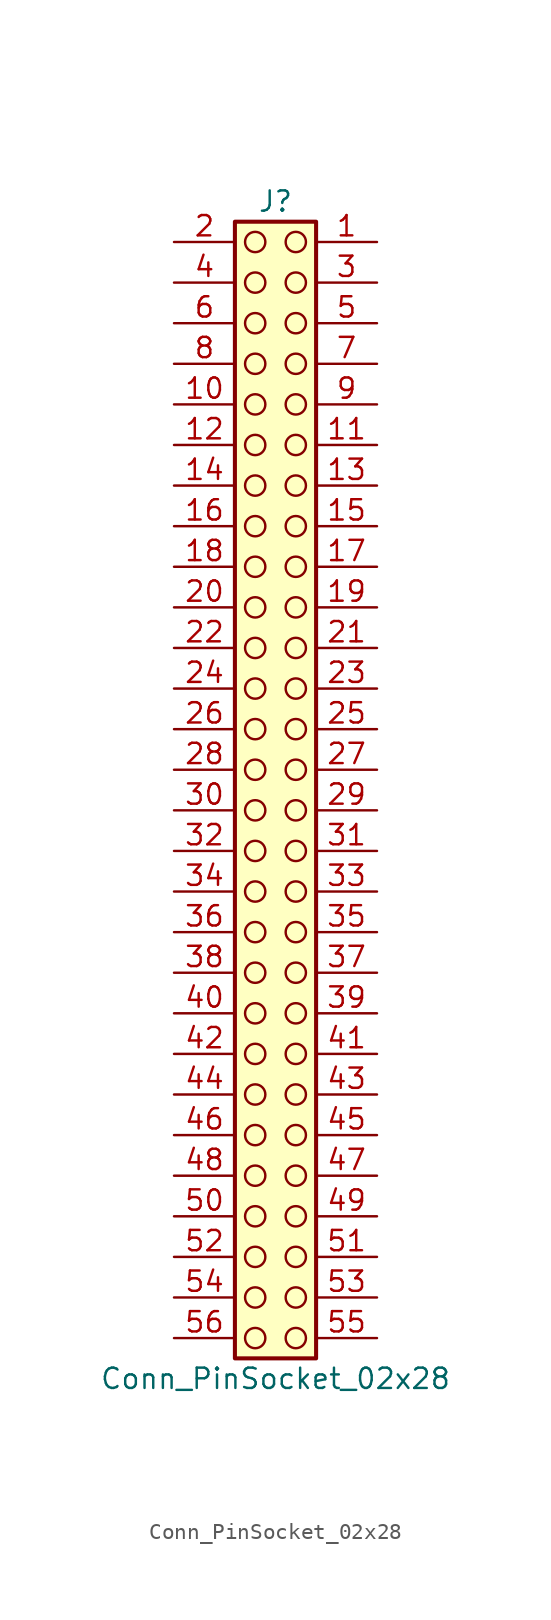
<source format=kicad_sym>
(kicad_symbol_lib
  (version 20241209)
  (generator "kicad_symbol_editor")
  (generator_version "9.0")
  (symbol "Conn_PinSocket_02x28"
    (pin_names
      (offset 1.016)
      (hide yes))
    (property "Reference" "J"
      (at 1.27 35.56 0)
      (effects (font (size 1.27 1.27))))
    (property "Value" "Conn_PinSocket_02x28"
      (at 1.27 -38.1 0)
      (effects (font (size 1.27 1.27))))
    (symbol "Conn_PinSocket_02x28_1_1"
      (rectangle (start -1.27 34.29) (end 3.81 -36.83) (stroke (width 0.254) (type default)) (fill (type background)))
      (circle (center 0 33.02) (radius 0.635) (stroke (width 0) (type solid) (color 132 0 0 1)) (fill (type none)))
      (circle (center 0 30.48) (radius 0.635) (stroke (width 0) (type solid) (color 132 0 0 1)) (fill (type none)))
      (circle (center 0 27.94) (radius 0.635) (stroke (width 0) (type solid) (color 132 0 0 1)) (fill (type none)))
      (circle (center 0 25.4) (radius 0.635) (stroke (width 0) (type solid) (color 132 0 0 1)) (fill (type none)))
      (circle (center 0 22.86) (radius 0.635) (stroke (width 0) (type solid) (color 132 0 0 1)) (fill (type none)))
      (circle (center 0 20.32) (radius 0.635) (stroke (width 0) (type solid) (color 132 0 0 1)) (fill (type none)))
      (circle (center 0 17.78) (radius 0.635) (stroke (width 0) (type solid) (color 132 0 0 1)) (fill (type none)))
      (circle (center 0 15.24) (radius 0.635) (stroke (width 0) (type solid) (color 132 0 0 1)) (fill (type none)))
      (circle (center 0 12.7) (radius 0.635) (stroke (width 0) (type solid) (color 132 0 0 1)) (fill (type none)))
      (circle (center 0 10.16) (radius 0.635) (stroke (width 0) (type solid) (color 132 0 0 1)) (fill (type none)))
      (circle (center 0 7.62) (radius 0.635) (stroke (width 0) (type solid) (color 132 0 0 1)) (fill (type none)))
      (circle (center 0 5.08) (radius 0.635) (stroke (width 0) (type solid) (color 132 0 0 1)) (fill (type none)))
      (circle (center 0 2.54) (radius 0.635) (stroke (width 0) (type solid) (color 132 0 0 1)) (fill (type none)))
      (circle (center 0 0) (radius 0.635) (stroke (width 0) (type solid) (color 132 0 0 1)) (fill (type none)))
      (circle (center 0 -2.54) (radius 0.635) (stroke (width 0) (type solid) (color 132 0 0 1)) (fill (type none)))
      (circle (center 0 -5.08) (radius 0.635) (stroke (width 0) (type solid) (color 132 0 0 1)) (fill (type none)))
      (circle (center 0 -7.62) (radius 0.635) (stroke (width 0) (type solid) (color 132 0 0 1)) (fill (type none)))
      (circle (center 0 -10.16) (radius 0.635) (stroke (width 0) (type solid) (color 132 0 0 1)) (fill (type none)))
      (circle (center 0 -12.7) (radius 0.635) (stroke (width 0) (type solid) (color 132 0 0 1)) (fill (type none)))
      (circle (center 0 -15.24) (radius 0.635) (stroke (width 0) (type solid) (color 132 0 0 1)) (fill (type none)))
      (circle (center 0 -17.78) (radius 0.635) (stroke (width 0) (type solid) (color 132 0 0 1)) (fill (type none)))
      (circle (center 0 -20.32) (radius 0.635) (stroke (width 0) (type solid) (color 132 0 0 1)) (fill (type none)))
      (circle (center 0 -22.86) (radius 0.635) (stroke (width 0) (type solid) (color 132 0 0 1)) (fill (type none)))
      (circle (center 0 -25.4) (radius 0.635) (stroke (width 0) (type solid) (color 132 0 0 1)) (fill (type none)))
      (circle (center 0 -27.94) (radius 0.635) (stroke (width 0) (type solid) (color 132 0 0 1)) (fill (type none)))
      (circle (center 0 -30.48) (radius 0.635) (stroke (width 0) (type solid) (color 132 0 0 1)) (fill (type none)))
      (circle (center 0 -33.02) (radius 0.635) (stroke (width 0) (type solid) (color 132 0 0 1)) (fill (type none)))
      (circle (center 0 -35.56) (radius 0.635) (stroke (width 0) (type solid) (color 132 0 0 1)) (fill (type none)))
      (circle (center 2.54 33.02) (radius 0.635) (stroke (width 0) (type solid) (color 132 0 0 1)) (fill (type none)))
      (circle (center 2.54 30.48) (radius 0.635) (stroke (width 0) (type solid) (color 132 0 0 1)) (fill (type none)))
      (circle (center 2.54 27.94) (radius 0.635) (stroke (width 0) (type solid) (color 132 0 0 1)) (fill (type none)))
      (circle (center 2.54 25.4) (radius 0.635) (stroke (width 0) (type solid) (color 132 0 0 1)) (fill (type none)))
      (circle (center 2.54 22.86) (radius 0.635) (stroke (width 0) (type solid) (color 132 0 0 1)) (fill (type none)))
      (circle (center 2.54 20.32) (radius 0.635) (stroke (width 0) (type solid) (color 132 0 0 1)) (fill (type none)))
      (circle (center 2.54 17.78) (radius 0.635) (stroke (width 0) (type solid) (color 132 0 0 1)) (fill (type none)))
      (circle (center 2.54 15.24) (radius 0.635) (stroke (width 0) (type solid) (color 132 0 0 1)) (fill (type none)))
      (circle (center 2.54 12.7) (radius 0.635) (stroke (width 0) (type solid) (color 132 0 0 1)) (fill (type none)))
      (circle (center 2.54 10.16) (radius 0.635) (stroke (width 0) (type solid) (color 132 0 0 1)) (fill (type none)))
      (circle (center 2.54 7.62) (radius 0.635) (stroke (width 0) (type solid) (color 132 0 0 1)) (fill (type none)))
      (circle (center 2.54 5.08) (radius 0.635) (stroke (width 0) (type solid) (color 132 0 0 1)) (fill (type none)))
      (circle (center 2.54 2.54) (radius 0.635) (stroke (width 0) (type solid) (color 132 0 0 1)) (fill (type none)))
      (circle (center 2.54 0) (radius 0.635) (stroke (width 0) (type solid) (color 132 0 0 1)) (fill (type none)))
      (circle (center 2.54 -2.54) (radius 0.635) (stroke (width 0) (type solid) (color 132 0 0 1)) (fill (type none)))
      (circle (center 2.54 -5.08) (radius 0.635) (stroke (width 0) (type solid) (color 132 0 0 1)) (fill (type none)))
      (circle (center 2.54 -7.62) (radius 0.635) (stroke (width 0) (type solid) (color 132 0 0 1)) (fill (type none)))
      (circle (center 2.54 -10.16) (radius 0.635) (stroke (width 0) (type solid) (color 132 0 0 1)) (fill (type none)))
      (circle (center 2.54 -12.7) (radius 0.635) (stroke (width 0) (type solid) (color 132 0 0 1)) (fill (type none)))
      (circle (center 2.54 -15.24) (radius 0.635) (stroke (width 0) (type solid) (color 132 0 0 1)) (fill (type none)))
      (circle (center 2.54 -17.78) (radius 0.635) (stroke (width 0) (type solid) (color 132 0 0 1)) (fill (type none)))
      (circle (center 2.54 -20.32) (radius 0.635) (stroke (width 0) (type solid) (color 132 0 0 1)) (fill (type none)))
      (circle (center 2.54 -22.86) (radius 0.635) (stroke (width 0) (type solid) (color 132 0 0 1)) (fill (type none)))
      (circle (center 2.54 -25.4) (radius 0.635) (stroke (width 0) (type solid) (color 132 0 0 1)) (fill (type none)))
      (circle (center 2.54 -27.94) (radius 0.635) (stroke (width 0) (type solid) (color 132 0 0 1)) (fill (type none)))
      (circle (center 2.54 -30.48) (radius 0.635) (stroke (width 0) (type solid) (color 132 0 0 1)) (fill (type none)))
      (circle (center 2.54 -33.02) (radius 0.635) (stroke (width 0) (type solid) (color 132 0 0 1)) (fill (type none)))
      (circle (center 2.54 -35.56) (radius 0.635) (stroke (width 0) (type solid) (color 132 0 0 1)) (fill (type none)))
      (pin passive line (at -5.08 33.02 0) (length 3.81) (name "Pin_2" (effects (font (size 1.27 1.27)))) (number "2" (effects (font (size 1.27 1.27)))))
      (pin passive line (at -5.08 30.48 0) (length 3.81) (name "Pin_4" (effects (font (size 1.27 1.27)))) (number "4" (effects (font (size 1.27 1.27)))))
      (pin passive line (at -5.08 27.94 0) (length 3.81) (name "Pin_6" (effects (font (size 1.27 1.27)))) (number "6" (effects (font (size 1.27 1.27)))))
      (pin passive line (at -5.08 25.4 0) (length 3.81) (name "Pin_8" (effects (font (size 1.27 1.27)))) (number "8" (effects (font (size 1.27 1.27)))))
      (pin passive line (at -5.08 22.86 0) (length 3.81) (name "Pin_10" (effects (font (size 1.27 1.27)))) (number "10" (effects (font (size 1.27 1.27)))))
      (pin passive line (at -5.08 20.32 0) (length 3.81) (name "Pin_12" (effects (font (size 1.27 1.27)))) (number "12" (effects (font (size 1.27 1.27)))))
      (pin passive line (at -5.08 17.78 0) (length 3.81) (name "Pin_14" (effects (font (size 1.27 1.27)))) (number "14" (effects (font (size 1.27 1.27)))))
      (pin passive line (at -5.08 15.24 0) (length 3.81) (name "Pin_16" (effects (font (size 1.27 1.27)))) (number "16" (effects (font (size 1.27 1.27)))))
      (pin passive line (at -5.08 12.7 0) (length 3.81) (name "Pin_18" (effects (font (size 1.27 1.27)))) (number "18" (effects (font (size 1.27 1.27)))))
      (pin passive line (at -5.08 10.16 0) (length 3.81) (name "Pin_20" (effects (font (size 1.27 1.27)))) (number "20" (effects (font (size 1.27 1.27)))))
      (pin passive line (at -5.08 7.62 0) (length 3.81) (name "Pin_22" (effects (font (size 1.27 1.27)))) (number "22" (effects (font (size 1.27 1.27)))))
      (pin passive line (at -5.08 5.08 0) (length 3.81) (name "Pin_24" (effects (font (size 1.27 1.27)))) (number "24" (effects (font (size 1.27 1.27)))))
      (pin passive line (at -5.08 2.54 0) (length 3.81) (name "Pin_26" (effects (font (size 1.27 1.27)))) (number "26" (effects (font (size 1.27 1.27)))))
      (pin passive line (at -5.08 0 0) (length 3.81) (name "Pin_28" (effects (font (size 1.27 1.27)))) (number "28" (effects (font (size 1.27 1.27)))))
      (pin passive line (at -5.08 -2.54 0) (length 3.81) (name "Pin_30" (effects (font (size 1.27 1.27)))) (number "30" (effects (font (size 1.27 1.27)))))
      (pin passive line (at -5.08 -5.08 0) (length 3.81) (name "Pin_32" (effects (font (size 1.27 1.27)))) (number "32" (effects (font (size 1.27 1.27)))))
      (pin passive line (at -5.08 -7.62 0) (length 3.81) (name "Pin_34" (effects (font (size 1.27 1.27)))) (number "34" (effects (font (size 1.27 1.27)))))
      (pin passive line (at -5.08 -10.16 0) (length 3.81) (name "Pin_36" (effects (font (size 1.27 1.27)))) (number "36" (effects (font (size 1.27 1.27)))))
      (pin passive line (at -5.08 -12.7 0) (length 3.81) (name "Pin_38" (effects (font (size 1.27 1.27)))) (number "38" (effects (font (size 1.27 1.27)))))
      (pin passive line (at -5.08 -15.24 0) (length 3.81) (name "Pin_40" (effects (font (size 1.27 1.27)))) (number "40" (effects (font (size 1.27 1.27)))))
      (pin passive line (at -5.08 -17.78 0) (length 3.81) (name "Pin_42" (effects (font (size 1.27 1.27)))) (number "42" (effects (font (size 1.27 1.27)))))
      (pin passive line (at -5.08 -20.32 0) (length 3.81) (name "Pin_44" (effects (font (size 1.27 1.27)))) (number "44" (effects (font (size 1.27 1.27)))))
      (pin passive line (at -5.08 -22.86 0) (length 3.81) (name "Pin_46" (effects (font (size 1.27 1.27)))) (number "46" (effects (font (size 1.27 1.27)))))
      (pin passive line (at -5.08 -25.4 0) (length 3.81) (name "Pin_48" (effects (font (size 1.27 1.27)))) (number "48" (effects (font (size 1.27 1.27)))))
      (pin passive line (at -5.08 -27.94 0) (length 3.81) (name "Pin_50" (effects (font (size 1.27 1.27)))) (number "50" (effects (font (size 1.27 1.27)))))
      (pin passive line (at -5.08 -30.48 0) (length 3.81) (name "Pin_52" (effects (font (size 1.27 1.27)))) (number "52" (effects (font (size 1.27 1.27)))))
      (pin passive line (at -5.08 -33.02 0) (length 3.81) (name "Pin_54" (effects (font (size 1.27 1.27)))) (number "54" (effects (font (size 1.27 1.27)))))
      (pin passive line (at -5.08 -35.56 0) (length 3.81) (name "Pin_56" (effects (font (size 1.27 1.27)))) (number "56" (effects (font (size 1.27 1.27)))))
      (pin passive line (at 7.62 33.02 180) (length 3.81) (name "Pin_1" (effects (font (size 1.27 1.27)))) (number "1" (effects (font (size 1.27 1.27)))))
      (pin passive line (at 7.62 30.48 180) (length 3.81) (name "Pin_3" (effects (font (size 1.27 1.27)))) (number "3" (effects (font (size 1.27 1.27)))))
      (pin passive line (at 7.62 27.94 180) (length 3.81) (name "Pin_5" (effects (font (size 1.27 1.27)))) (number "5" (effects (font (size 1.27 1.27)))))
      (pin passive line (at 7.62 25.4 180) (length 3.81) (name "Pin_7" (effects (font (size 1.27 1.27)))) (number "7" (effects (font (size 1.27 1.27)))))
      (pin passive line (at 7.62 22.86 180) (length 3.81) (name "Pin_9" (effects (font (size 1.27 1.27)))) (number "9" (effects (font (size 1.27 1.27)))))
      (pin passive line (at 7.62 20.32 180) (length 3.81) (name "Pin_11" (effects (font (size 1.27 1.27)))) (number "11" (effects (font (size 1.27 1.27)))))
      (pin passive line (at 7.62 17.78 180) (length 3.81) (name "Pin_13" (effects (font (size 1.27 1.27)))) (number "13" (effects (font (size 1.27 1.27)))))
      (pin passive line (at 7.62 15.24 180) (length 3.81) (name "Pin_15" (effects (font (size 1.27 1.27)))) (number "15" (effects (font (size 1.27 1.27)))))
      (pin passive line (at 7.62 12.7 180) (length 3.81) (name "Pin_17" (effects (font (size 1.27 1.27)))) (number "17" (effects (font (size 1.27 1.27)))))
      (pin passive line (at 7.62 10.16 180) (length 3.81) (name "Pin_19" (effects (font (size 1.27 1.27)))) (number "19" (effects (font (size 1.27 1.27)))))
      (pin passive line (at 7.62 7.62 180) (length 3.81) (name "Pin_21" (effects (font (size 1.27 1.27)))) (number "21" (effects (font (size 1.27 1.27)))))
      (pin passive line (at 7.62 5.08 180) (length 3.81) (name "Pin_23" (effects (font (size 1.27 1.27)))) (number "23" (effects (font (size 1.27 1.27)))))
      (pin passive line (at 7.62 2.54 180) (length 3.81) (name "Pin_25" (effects (font (size 1.27 1.27)))) (number "25" (effects (font (size 1.27 1.27)))))
      (pin passive line (at 7.62 0 180) (length 3.81) (name "Pin_27" (effects (font (size 1.27 1.27)))) (number "27" (effects (font (size 1.27 1.27)))))
      (pin passive line (at 7.62 -2.54 180) (length 3.81) (name "Pin_29" (effects (font (size 1.27 1.27)))) (number "29" (effects (font (size 1.27 1.27)))))
      (pin passive line (at 7.62 -5.08 180) (length 3.81) (name "Pin_31" (effects (font (size 1.27 1.27)))) (number "31" (effects (font (size 1.27 1.27)))))
      (pin passive line (at 7.62 -7.62 180) (length 3.81) (name "Pin_33" (effects (font (size 1.27 1.27)))) (number "33" (effects (font (size 1.27 1.27)))))
      (pin passive line (at 7.62 -10.16 180) (length 3.81) (name "Pin_35" (effects (font (size 1.27 1.27)))) (number "35" (effects (font (size 1.27 1.27)))))
      (pin passive line (at 7.62 -12.7 180) (length 3.81) (name "Pin_37" (effects (font (size 1.27 1.27)))) (number "37" (effects (font (size 1.27 1.27)))))
      (pin passive line (at 7.62 -15.24 180) (length 3.81) (name "Pin_39" (effects (font (size 1.27 1.27)))) (number "39" (effects (font (size 1.27 1.27)))))
      (pin passive line (at 7.62 -17.78 180) (length 3.81) (name "Pin_41" (effects (font (size 1.27 1.27)))) (number "41" (effects (font (size 1.27 1.27)))))
      (pin passive line (at 7.62 -20.32 180) (length 3.81) (name "Pin_43" (effects (font (size 1.27 1.27)))) (number "43" (effects (font (size 1.27 1.27)))))
      (pin passive line (at 7.62 -22.86 180) (length 3.81) (name "Pin_45" (effects (font (size 1.27 1.27)))) (number "45" (effects (font (size 1.27 1.27)))))
      (pin passive line (at 7.62 -25.4 180) (length 3.81) (name "Pin_47" (effects (font (size 1.27 1.27)))) (number "47" (effects (font (size 1.27 1.27)))))
      (pin passive line (at 7.62 -27.94 180) (length 3.81) (name "Pin_49" (effects (font (size 1.27 1.27)))) (number "49" (effects (font (size 1.27 1.27)))))
      (pin passive line (at 7.62 -30.48 180) (length 3.81) (name "Pin_51" (effects (font (size 1.27 1.27)))) (number "51" (effects (font (size 1.27 1.27)))))
      (pin passive line (at 7.62 -33.02 180) (length 3.81) (name "Pin_53" (effects (font (size 1.27 1.27)))) (number "53" (effects (font (size 1.27 1.27)))))
      (pin passive line (at 7.62 -35.56 180) (length 3.81) (name "Pin_55" (effects (font (size 1.27 1.27)))) (number "55" (effects (font (size 1.27 1.27))))))))
</source>
